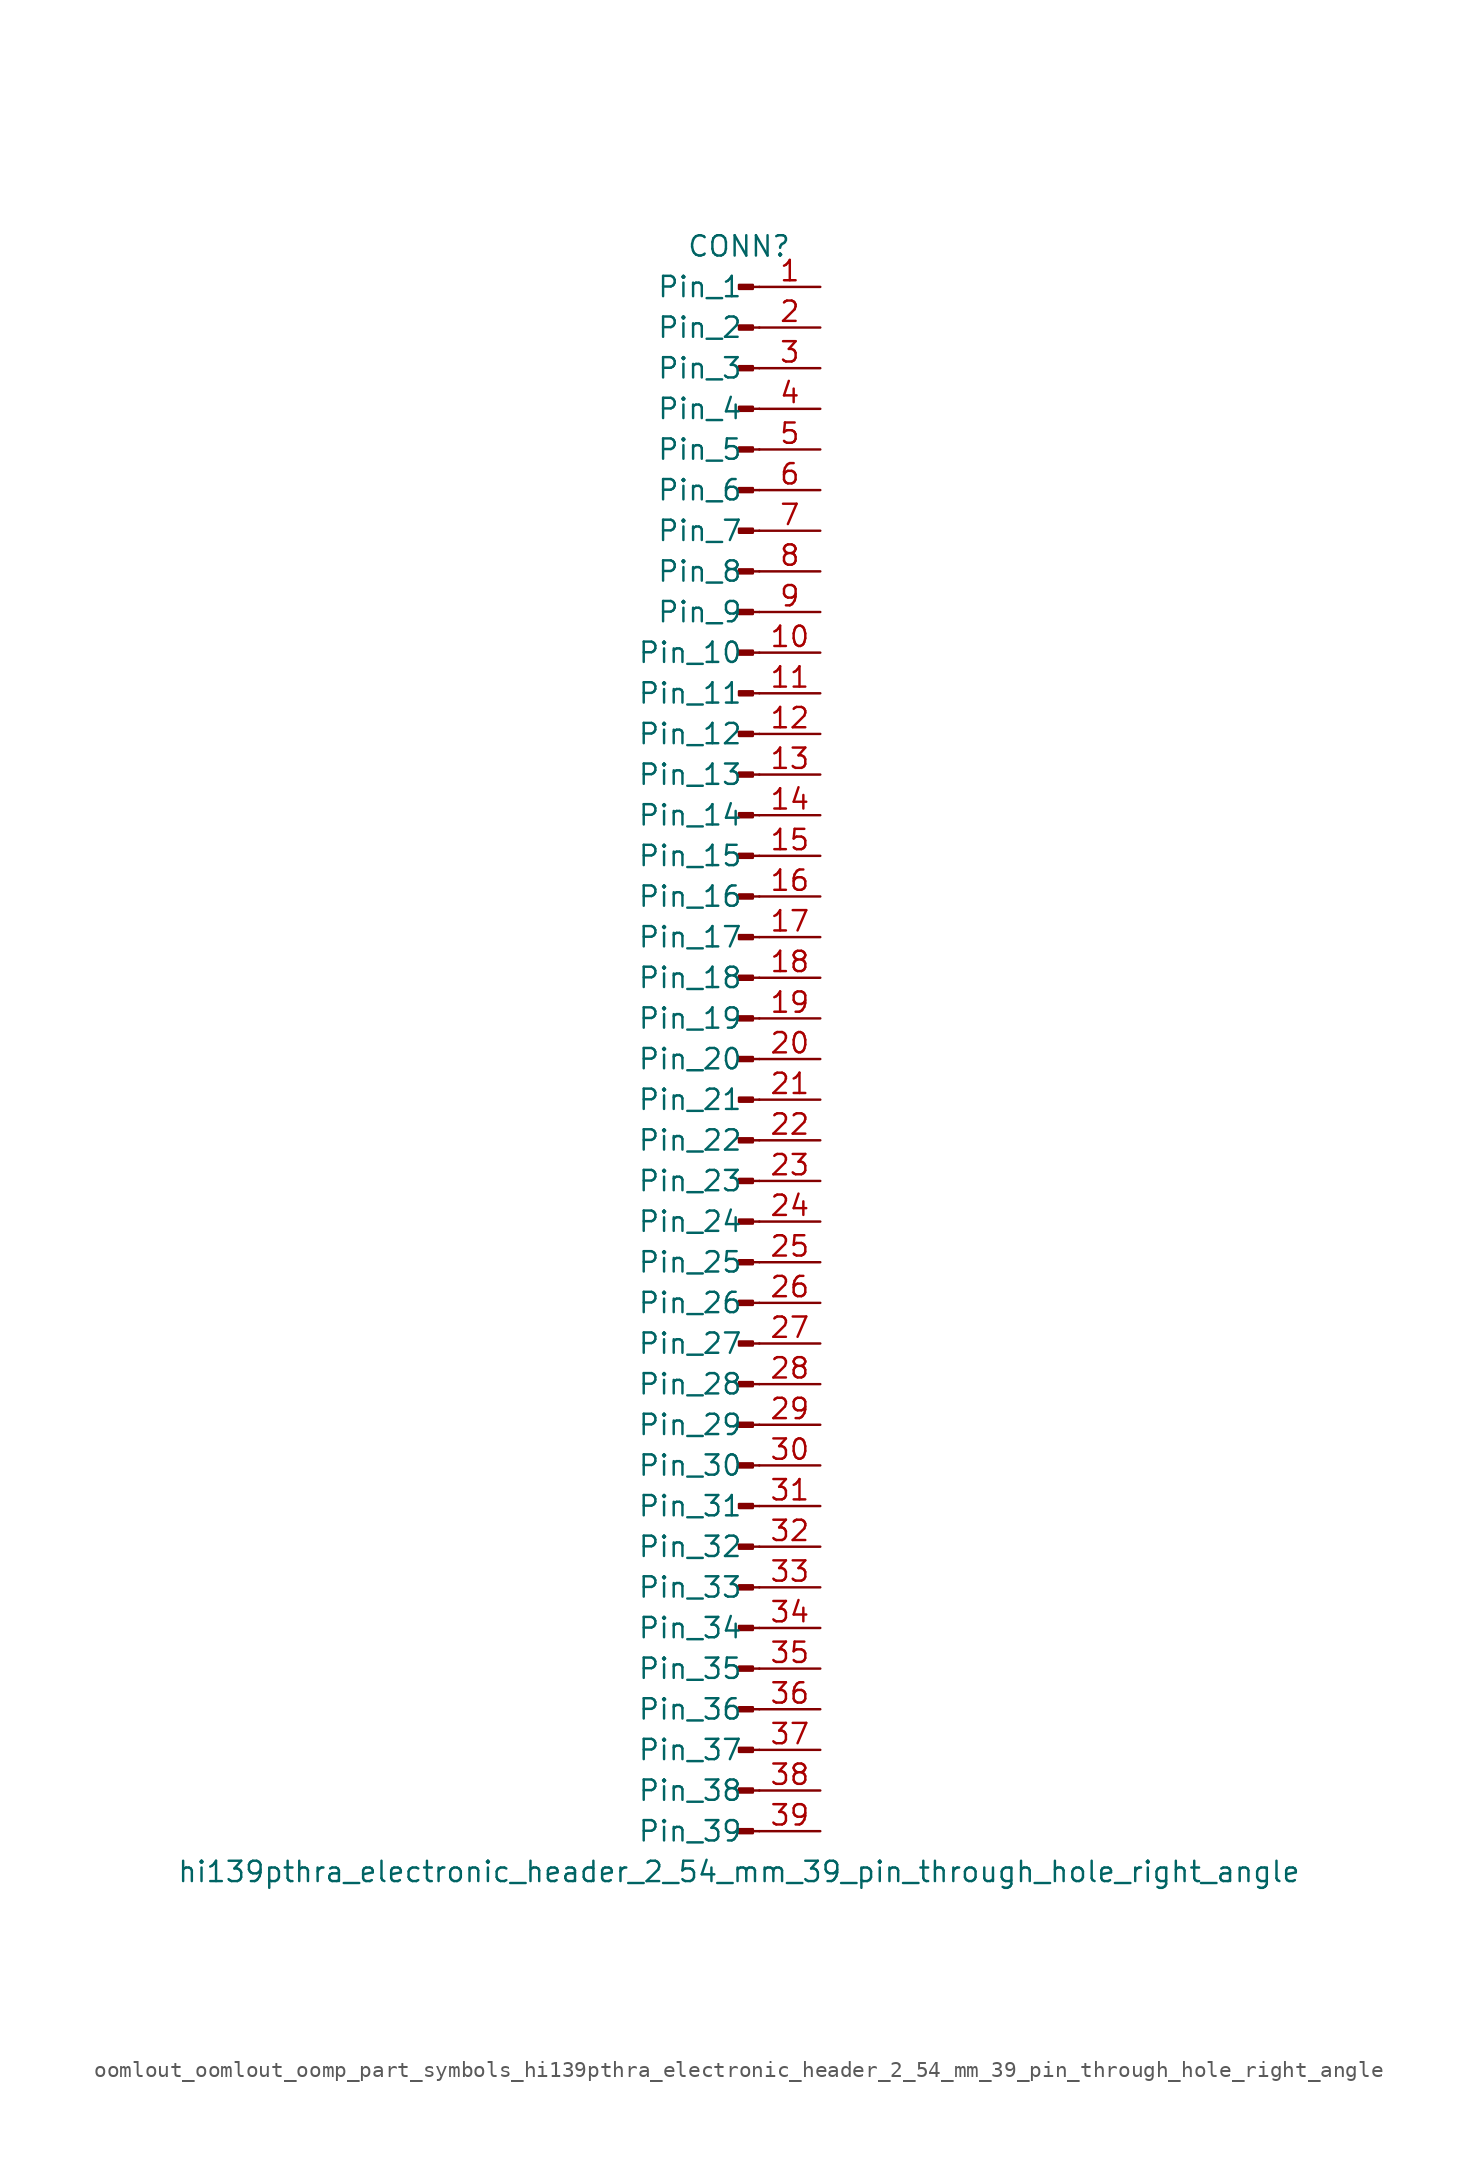
<source format=kicad_sym>
(kicad_symbol_lib
  (version 20220914)
  (generator kicad_symbol_editor)
  (symbol "oomlout_oomlout_oomp_part_symbols_hi139pthra_electronic_header_2_54_mm_39_pin_through_hole_right_angle"
    (pin_names
      (offset 1.016))
    (property "Reference" "CONN"
      (at 0 50.8 0)
      (effects (font (size 1.27 1.27))))
    (property "Value" "hi139pthra_electronic_header_2_54_mm_39_pin_through_hole_right_angle"
      (at 0 -50.8 0)
      (effects (font (size 1.27 1.27))))
    (property "ki_locked" ""
      (at 0 0 0)
      (effects (font (size 1.27 1.27))))
    (symbol "oomlout_oomlout_oomp_part_symbols_hi139pthra_electronic_header_2_54_mm_39_pin_through_hole_right_angle_1_1"
      (polyline (pts (xy 1.27 -48.26) (xy 0.864 -48.26)) (stroke (width 0.152) (type default)) (fill (type none)))
      (polyline (pts (xy 1.27 -45.72) (xy 0.864 -45.72)) (stroke (width 0.152) (type default)) (fill (type none)))
      (polyline (pts (xy 1.27 -43.18) (xy 0.864 -43.18)) (stroke (width 0.152) (type default)) (fill (type none)))
      (polyline (pts (xy 1.27 -40.64) (xy 0.864 -40.64)) (stroke (width 0.152) (type default)) (fill (type none)))
      (polyline (pts (xy 1.27 -38.1) (xy 0.864 -38.1)) (stroke (width 0.152) (type default)) (fill (type none)))
      (polyline (pts (xy 1.27 -35.56) (xy 0.864 -35.56)) (stroke (width 0.152) (type default)) (fill (type none)))
      (polyline (pts (xy 1.27 -33.02) (xy 0.864 -33.02)) (stroke (width 0.152) (type default)) (fill (type none)))
      (polyline (pts (xy 1.27 -30.48) (xy 0.864 -30.48)) (stroke (width 0.152) (type default)) (fill (type none)))
      (polyline (pts (xy 1.27 -27.94) (xy 0.864 -27.94)) (stroke (width 0.152) (type default)) (fill (type none)))
      (polyline (pts (xy 1.27 -25.4) (xy 0.864 -25.4)) (stroke (width 0.152) (type default)) (fill (type none)))
      (polyline (pts (xy 1.27 -22.86) (xy 0.864 -22.86)) (stroke (width 0.152) (type default)) (fill (type none)))
      (polyline (pts (xy 1.27 -20.32) (xy 0.864 -20.32)) (stroke (width 0.152) (type default)) (fill (type none)))
      (polyline (pts (xy 1.27 -17.78) (xy 0.864 -17.78)) (stroke (width 0.152) (type default)) (fill (type none)))
      (polyline (pts (xy 1.27 -15.24) (xy 0.864 -15.24)) (stroke (width 0.152) (type default)) (fill (type none)))
      (polyline (pts (xy 1.27 -12.7) (xy 0.864 -12.7)) (stroke (width 0.152) (type default)) (fill (type none)))
      (polyline (pts (xy 1.27 -10.16) (xy 0.864 -10.16)) (stroke (width 0.152) (type default)) (fill (type none)))
      (polyline (pts (xy 1.27 -7.62) (xy 0.864 -7.62)) (stroke (width 0.152) (type default)) (fill (type none)))
      (polyline (pts (xy 1.27 -5.08) (xy 0.864 -5.08)) (stroke (width 0.152) (type default)) (fill (type none)))
      (polyline (pts (xy 1.27 -2.54) (xy 0.864 -2.54)) (stroke (width 0.152) (type default)) (fill (type none)))
      (polyline (pts (xy 1.27 0) (xy 0.864 0)) (stroke (width 0.152) (type default)) (fill (type none)))
      (polyline (pts (xy 1.27 2.54) (xy 0.864 2.54)) (stroke (width 0.152) (type default)) (fill (type none)))
      (polyline (pts (xy 1.27 5.08) (xy 0.864 5.08)) (stroke (width 0.152) (type default)) (fill (type none)))
      (polyline (pts (xy 1.27 7.62) (xy 0.864 7.62)) (stroke (width 0.152) (type default)) (fill (type none)))
      (polyline (pts (xy 1.27 10.16) (xy 0.864 10.16)) (stroke (width 0.152) (type default)) (fill (type none)))
      (polyline (pts (xy 1.27 12.7) (xy 0.864 12.7)) (stroke (width 0.152) (type default)) (fill (type none)))
      (polyline (pts (xy 1.27 15.24) (xy 0.864 15.24)) (stroke (width 0.152) (type default)) (fill (type none)))
      (polyline (pts (xy 1.27 17.78) (xy 0.864 17.78)) (stroke (width 0.152) (type default)) (fill (type none)))
      (polyline (pts (xy 1.27 20.32) (xy 0.864 20.32)) (stroke (width 0.152) (type default)) (fill (type none)))
      (polyline (pts (xy 1.27 22.86) (xy 0.864 22.86)) (stroke (width 0.152) (type default)) (fill (type none)))
      (polyline (pts (xy 1.27 25.4) (xy 0.864 25.4)) (stroke (width 0.152) (type default)) (fill (type none)))
      (polyline (pts (xy 1.27 27.94) (xy 0.864 27.94)) (stroke (width 0.152) (type default)) (fill (type none)))
      (polyline (pts (xy 1.27 30.48) (xy 0.864 30.48)) (stroke (width 0.152) (type default)) (fill (type none)))
      (polyline (pts (xy 1.27 33.02) (xy 0.864 33.02)) (stroke (width 0.152) (type default)) (fill (type none)))
      (polyline (pts (xy 1.27 35.56) (xy 0.864 35.56)) (stroke (width 0.152) (type default)) (fill (type none)))
      (polyline (pts (xy 1.27 38.1) (xy 0.864 38.1)) (stroke (width 0.152) (type default)) (fill (type none)))
      (polyline (pts (xy 1.27 40.64) (xy 0.864 40.64)) (stroke (width 0.152) (type default)) (fill (type none)))
      (polyline (pts (xy 1.27 43.18) (xy 0.864 43.18)) (stroke (width 0.152) (type default)) (fill (type none)))
      (polyline (pts (xy 1.27 45.72) (xy 0.864 45.72)) (stroke (width 0.152) (type default)) (fill (type none)))
      (polyline (pts (xy 1.27 48.26) (xy 0.864 48.26)) (stroke (width 0.152) (type default)) (fill (type none)))
      (rectangle (start 0.864 -48.133) (end 0 -48.387) (stroke (width 0.152) (type default)) (fill (type outline)))
      (rectangle (start 0.864 -45.593) (end 0 -45.847) (stroke (width 0.152) (type default)) (fill (type outline)))
      (rectangle (start 0.864 -43.053) (end 0 -43.307) (stroke (width 0.152) (type default)) (fill (type outline)))
      (rectangle (start 0.864 -40.513) (end 0 -40.767) (stroke (width 0.152) (type default)) (fill (type outline)))
      (rectangle (start 0.864 -37.973) (end 0 -38.227) (stroke (width 0.152) (type default)) (fill (type outline)))
      (rectangle (start 0.864 -35.433) (end 0 -35.687) (stroke (width 0.152) (type default)) (fill (type outline)))
      (rectangle (start 0.864 -32.893) (end 0 -33.147) (stroke (width 0.152) (type default)) (fill (type outline)))
      (rectangle (start 0.864 -30.353) (end 0 -30.607) (stroke (width 0.152) (type default)) (fill (type outline)))
      (rectangle (start 0.864 -27.813) (end 0 -28.067) (stroke (width 0.152) (type default)) (fill (type outline)))
      (rectangle (start 0.864 -25.273) (end 0 -25.527) (stroke (width 0.152) (type default)) (fill (type outline)))
      (rectangle (start 0.864 -22.733) (end 0 -22.987) (stroke (width 0.152) (type default)) (fill (type outline)))
      (rectangle (start 0.864 -20.193) (end 0 -20.447) (stroke (width 0.152) (type default)) (fill (type outline)))
      (rectangle (start 0.864 -17.653) (end 0 -17.907) (stroke (width 0.152) (type default)) (fill (type outline)))
      (rectangle (start 0.864 -15.113) (end 0 -15.367) (stroke (width 0.152) (type default)) (fill (type outline)))
      (rectangle (start 0.864 -12.573) (end 0 -12.827) (stroke (width 0.152) (type default)) (fill (type outline)))
      (rectangle (start 0.864 -10.033) (end 0 -10.287) (stroke (width 0.152) (type default)) (fill (type outline)))
      (rectangle (start 0.864 -7.493) (end 0 -7.747) (stroke (width 0.152) (type default)) (fill (type outline)))
      (rectangle (start 0.864 -4.953) (end 0 -5.207) (stroke (width 0.152) (type default)) (fill (type outline)))
      (rectangle (start 0.864 -2.413) (end 0 -2.667) (stroke (width 0.152) (type default)) (fill (type outline)))
      (rectangle (start 0.864 0.127) (end 0 -0.127) (stroke (width 0.152) (type default)) (fill (type outline)))
      (rectangle (start 0.864 2.667) (end 0 2.413) (stroke (width 0.152) (type default)) (fill (type outline)))
      (rectangle (start 0.864 5.207) (end 0 4.953) (stroke (width 0.152) (type default)) (fill (type outline)))
      (rectangle (start 0.864 7.747) (end 0 7.493) (stroke (width 0.152) (type default)) (fill (type outline)))
      (rectangle (start 0.864 10.287) (end 0 10.033) (stroke (width 0.152) (type default)) (fill (type outline)))
      (rectangle (start 0.864 12.827) (end 0 12.573) (stroke (width 0.152) (type default)) (fill (type outline)))
      (rectangle (start 0.864 15.367) (end 0 15.113) (stroke (width 0.152) (type default)) (fill (type outline)))
      (rectangle (start 0.864 17.907) (end 0 17.653) (stroke (width 0.152) (type default)) (fill (type outline)))
      (rectangle (start 0.864 20.447) (end 0 20.193) (stroke (width 0.152) (type default)) (fill (type outline)))
      (rectangle (start 0.864 22.987) (end 0 22.733) (stroke (width 0.152) (type default)) (fill (type outline)))
      (rectangle (start 0.864 25.527) (end 0 25.273) (stroke (width 0.152) (type default)) (fill (type outline)))
      (rectangle (start 0.864 28.067) (end 0 27.813) (stroke (width 0.152) (type default)) (fill (type outline)))
      (rectangle (start 0.864 30.607) (end 0 30.353) (stroke (width 0.152) (type default)) (fill (type outline)))
      (rectangle (start 0.864 33.147) (end 0 32.893) (stroke (width 0.152) (type default)) (fill (type outline)))
      (rectangle (start 0.864 35.687) (end 0 35.433) (stroke (width 0.152) (type default)) (fill (type outline)))
      (rectangle (start 0.864 38.227) (end 0 37.973) (stroke (width 0.152) (type default)) (fill (type outline)))
      (rectangle (start 0.864 40.767) (end 0 40.513) (stroke (width 0.152) (type default)) (fill (type outline)))
      (rectangle (start 0.864 43.307) (end 0 43.053) (stroke (width 0.152) (type default)) (fill (type outline)))
      (rectangle (start 0.864 45.847) (end 0 45.593) (stroke (width 0.152) (type default)) (fill (type outline)))
      (rectangle (start 0.864 48.387) (end 0 48.133) (stroke (width 0.152) (type default)) (fill (type outline)))
      (pin passive line (at 5.08 48.26 180) (length 3.81) (name "Pin_1" (effects (font (size 1.27 1.27)))) (number "1" (effects (font (size 1.27 1.27)))))
      (pin passive line (at 5.08 25.4 180) (length 3.81) (name "Pin_10" (effects (font (size 1.27 1.27)))) (number "10" (effects (font (size 1.27 1.27)))))
      (pin passive line (at 5.08 22.86 180) (length 3.81) (name "Pin_11" (effects (font (size 1.27 1.27)))) (number "11" (effects (font (size 1.27 1.27)))))
      (pin passive line (at 5.08 20.32 180) (length 3.81) (name "Pin_12" (effects (font (size 1.27 1.27)))) (number "12" (effects (font (size 1.27 1.27)))))
      (pin passive line (at 5.08 17.78 180) (length 3.81) (name "Pin_13" (effects (font (size 1.27 1.27)))) (number "13" (effects (font (size 1.27 1.27)))))
      (pin passive line (at 5.08 15.24 180) (length 3.81) (name "Pin_14" (effects (font (size 1.27 1.27)))) (number "14" (effects (font (size 1.27 1.27)))))
      (pin passive line (at 5.08 12.7 180) (length 3.81) (name "Pin_15" (effects (font (size 1.27 1.27)))) (number "15" (effects (font (size 1.27 1.27)))))
      (pin passive line (at 5.08 10.16 180) (length 3.81) (name "Pin_16" (effects (font (size 1.27 1.27)))) (number "16" (effects (font (size 1.27 1.27)))))
      (pin passive line (at 5.08 7.62 180) (length 3.81) (name "Pin_17" (effects (font (size 1.27 1.27)))) (number "17" (effects (font (size 1.27 1.27)))))
      (pin passive line (at 5.08 5.08 180) (length 3.81) (name "Pin_18" (effects (font (size 1.27 1.27)))) (number "18" (effects (font (size 1.27 1.27)))))
      (pin passive line (at 5.08 2.54 180) (length 3.81) (name "Pin_19" (effects (font (size 1.27 1.27)))) (number "19" (effects (font (size 1.27 1.27)))))
      (pin passive line (at 5.08 45.72 180) (length 3.81) (name "Pin_2" (effects (font (size 1.27 1.27)))) (number "2" (effects (font (size 1.27 1.27)))))
      (pin passive line (at 5.08 0 180) (length 3.81) (name "Pin_20" (effects (font (size 1.27 1.27)))) (number "20" (effects (font (size 1.27 1.27)))))
      (pin passive line (at 5.08 -2.54 180) (length 3.81) (name "Pin_21" (effects (font (size 1.27 1.27)))) (number "21" (effects (font (size 1.27 1.27)))))
      (pin passive line (at 5.08 -5.08 180) (length 3.81) (name "Pin_22" (effects (font (size 1.27 1.27)))) (number "22" (effects (font (size 1.27 1.27)))))
      (pin passive line (at 5.08 -7.62 180) (length 3.81) (name "Pin_23" (effects (font (size 1.27 1.27)))) (number "23" (effects (font (size 1.27 1.27)))))
      (pin passive line (at 5.08 -10.16 180) (length 3.81) (name "Pin_24" (effects (font (size 1.27 1.27)))) (number "24" (effects (font (size 1.27 1.27)))))
      (pin passive line (at 5.08 -12.7 180) (length 3.81) (name "Pin_25" (effects (font (size 1.27 1.27)))) (number "25" (effects (font (size 1.27 1.27)))))
      (pin passive line (at 5.08 -15.24 180) (length 3.81) (name "Pin_26" (effects (font (size 1.27 1.27)))) (number "26" (effects (font (size 1.27 1.27)))))
      (pin passive line (at 5.08 -17.78 180) (length 3.81) (name "Pin_27" (effects (font (size 1.27 1.27)))) (number "27" (effects (font (size 1.27 1.27)))))
      (pin passive line (at 5.08 -20.32 180) (length 3.81) (name "Pin_28" (effects (font (size 1.27 1.27)))) (number "28" (effects (font (size 1.27 1.27)))))
      (pin passive line (at 5.08 -22.86 180) (length 3.81) (name "Pin_29" (effects (font (size 1.27 1.27)))) (number "29" (effects (font (size 1.27 1.27)))))
      (pin passive line (at 5.08 43.18 180) (length 3.81) (name "Pin_3" (effects (font (size 1.27 1.27)))) (number "3" (effects (font (size 1.27 1.27)))))
      (pin passive line (at 5.08 -25.4 180) (length 3.81) (name "Pin_30" (effects (font (size 1.27 1.27)))) (number "30" (effects (font (size 1.27 1.27)))))
      (pin passive line (at 5.08 -27.94 180) (length 3.81) (name "Pin_31" (effects (font (size 1.27 1.27)))) (number "31" (effects (font (size 1.27 1.27)))))
      (pin passive line (at 5.08 -30.48 180) (length 3.81) (name "Pin_32" (effects (font (size 1.27 1.27)))) (number "32" (effects (font (size 1.27 1.27)))))
      (pin passive line (at 5.08 -33.02 180) (length 3.81) (name "Pin_33" (effects (font (size 1.27 1.27)))) (number "33" (effects (font (size 1.27 1.27)))))
      (pin passive line (at 5.08 -35.56 180) (length 3.81) (name "Pin_34" (effects (font (size 1.27 1.27)))) (number "34" (effects (font (size 1.27 1.27)))))
      (pin passive line (at 5.08 -38.1 180) (length 3.81) (name "Pin_35" (effects (font (size 1.27 1.27)))) (number "35" (effects (font (size 1.27 1.27)))))
      (pin passive line (at 5.08 -40.64 180) (length 3.81) (name "Pin_36" (effects (font (size 1.27 1.27)))) (number "36" (effects (font (size 1.27 1.27)))))
      (pin passive line (at 5.08 -43.18 180) (length 3.81) (name "Pin_37" (effects (font (size 1.27 1.27)))) (number "37" (effects (font (size 1.27 1.27)))))
      (pin passive line (at 5.08 -45.72 180) (length 3.81) (name "Pin_38" (effects (font (size 1.27 1.27)))) (number "38" (effects (font (size 1.27 1.27)))))
      (pin passive line (at 5.08 -48.26 180) (length 3.81) (name "Pin_39" (effects (font (size 1.27 1.27)))) (number "39" (effects (font (size 1.27 1.27)))))
      (pin passive line (at 5.08 40.64 180) (length 3.81) (name "Pin_4" (effects (font (size 1.27 1.27)))) (number "4" (effects (font (size 1.27 1.27)))))
      (pin passive line (at 5.08 38.1 180) (length 3.81) (name "Pin_5" (effects (font (size 1.27 1.27)))) (number "5" (effects (font (size 1.27 1.27)))))
      (pin passive line (at 5.08 35.56 180) (length 3.81) (name "Pin_6" (effects (font (size 1.27 1.27)))) (number "6" (effects (font (size 1.27 1.27)))))
      (pin passive line (at 5.08 33.02 180) (length 3.81) (name "Pin_7" (effects (font (size 1.27 1.27)))) (number "7" (effects (font (size 1.27 1.27)))))
      (pin passive line (at 5.08 30.48 180) (length 3.81) (name "Pin_8" (effects (font (size 1.27 1.27)))) (number "8" (effects (font (size 1.27 1.27)))))
      (pin passive line (at 5.08 27.94 180) (length 3.81) (name "Pin_9" (effects (font (size 1.27 1.27)))) (number "9" (effects (font (size 1.27 1.27))))))))
</source>
